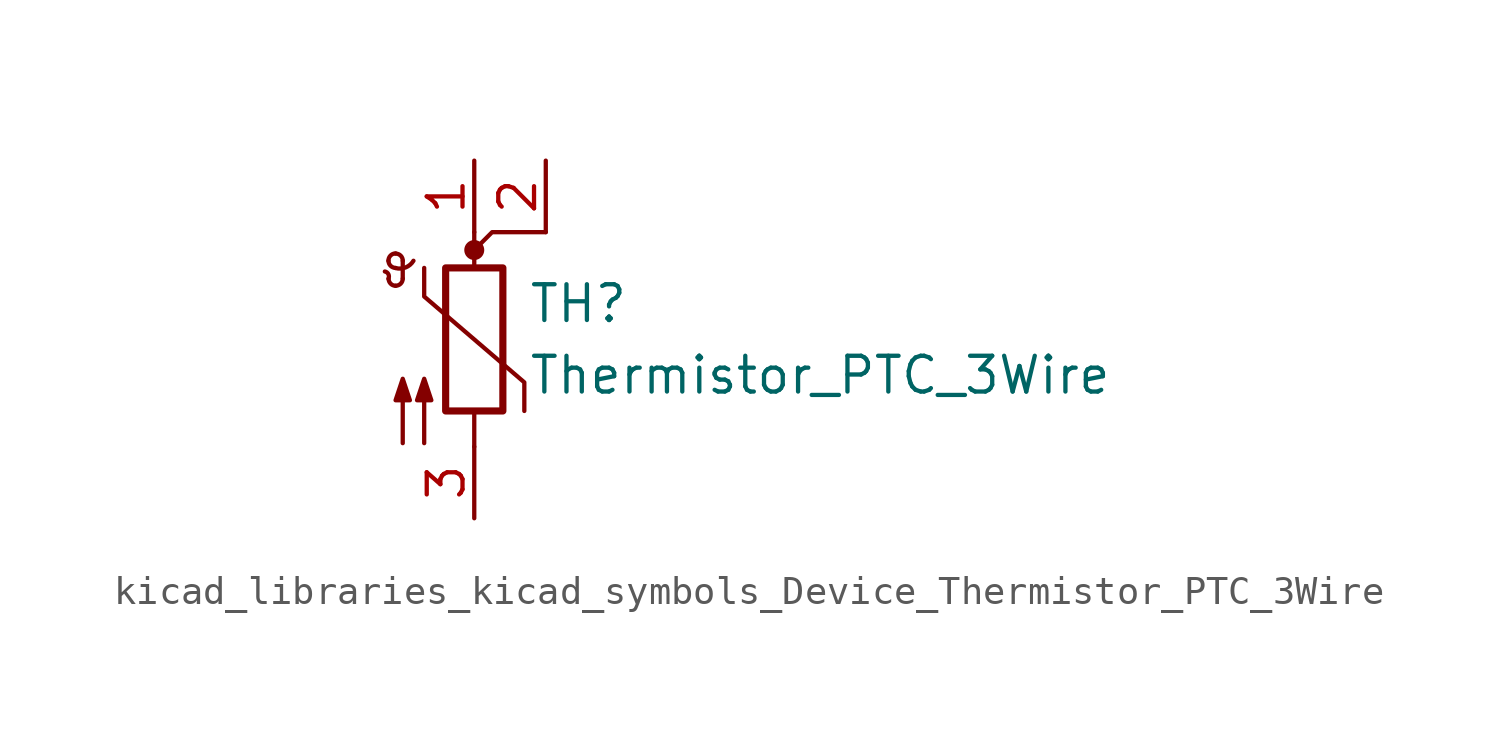
<source format=kicad_sym>
(kicad_symbol_lib
  (version 20220914)
  (generator kicad_symbol_editor)
  (symbol "kicad_libraries_kicad_symbols_Device_Thermistor_PTC_3Wire"
    (pin_names
      (offset 0))
    (property "Reference" "TH"
      (at 1.905 1.27 0)
      (effects (font (size 1.27 1.27)) (justify left)))
    (property "Value" "Thermistor_PTC_3Wire"
      (at 1.905 -1.27 0)
      (effects (font (size 1.27 1.27)) (justify left)))
    (symbol "kicad_libraries_kicad_symbols_Device_Thermistor_PTC_3Wire_0_1"
      (arc (start -3.048 2.159) (mid -3.0495 2.3143) (end -3.175 2.413) (stroke (width 0) (type default)) (fill (type none)))
      (arc (start -3.048 2.159) (mid -2.9736 1.9794) (end -2.794 1.905) (stroke (width 0) (type default)) (fill (type none)))
      (arc (start -3.048 2.794) (mid -2.9736 2.6144) (end -2.794 2.54) (stroke (width 0) (type default)) (fill (type none)))
      (arc (start -2.794 1.905) (mid -2.6144 1.9794) (end -2.54 2.159) (stroke (width 0) (type default)) (fill (type none)))
      (arc (start -2.794 2.54) (mid -2.4393 2.5587) (end -2.159 2.794) (stroke (width 0) (type default)) (fill (type none)))
      (arc (start -2.794 3.048) (mid -2.9736 2.9736) (end -3.048 2.794) (stroke (width 0) (type default)) (fill (type none)))
      (arc (start -2.54 2.794) (mid -2.6144 2.9736) (end -2.794 3.048) (stroke (width 0) (type default)) (fill (type none)))
      (rectangle (start -1.016 2.54) (end 1.016 -2.54) (stroke (width 0.254) (type default)) (fill (type none)))
      (polyline (pts (xy -2.54 2.159) (xy -2.54 2.794)) (stroke (width 0) (type default)) (fill (type none)))
      (polyline (pts (xy 0 -3.81) (xy 0 -2.54)) (stroke (width 0) (type default)) (fill (type none)))
      (polyline (pts (xy 0 3.81) (xy 0 2.54)) (stroke (width 0) (type default)) (fill (type none)))
      (polyline (pts (xy 2.54 3.81) (xy 0.635 3.81) (xy 0 3.175)) (stroke (width 0) (type default)) (fill (type none)))
      (polyline (pts (xy -1.778 2.54) (xy -1.778 1.524) (xy 1.778 -1.524) (xy 1.778 -2.54)) (stroke (width 0) (type default)) (fill (type none)))
      (polyline (pts (xy -2.54 -3.683) (xy -2.54 -1.397) (xy -2.794 -2.159) (xy -2.286 -2.159) (xy -2.54 -1.397) (xy -2.54 -1.651)) (stroke (width 0) (type default)) (fill (type outline)))
      (polyline (pts (xy -1.778 -3.683) (xy -1.778 -1.397) (xy -2.032 -2.159) (xy -1.524 -2.159) (xy -1.778 -1.397) (xy -1.778 -1.651)) (stroke (width 0) (type default)) (fill (type outline)))
      (circle (center 0 3.175) (radius 0.279) (stroke (width 0) (type default)) (fill (type outline))))
    (symbol "kicad_libraries_kicad_symbols_Device_Thermistor_PTC_3Wire_1_1"
      (pin passive line (at 0 6.35 270) (length 2.54) (name "~" (effects (font (size 1.27 1.27)))) (number "1" (effects (font (size 1.27 1.27)))))
      (pin passive line (at 2.54 6.35 270) (length 2.54) (name "~" (effects (font (size 1.27 1.27)))) (number "2" (effects (font (size 1.27 1.27)))))
      (pin passive line (at 0 -6.35 90) (length 2.54) (name "~" (effects (font (size 1.27 1.27)))) (number "3" (effects (font (size 1.27 1.27))))))))
</source>
